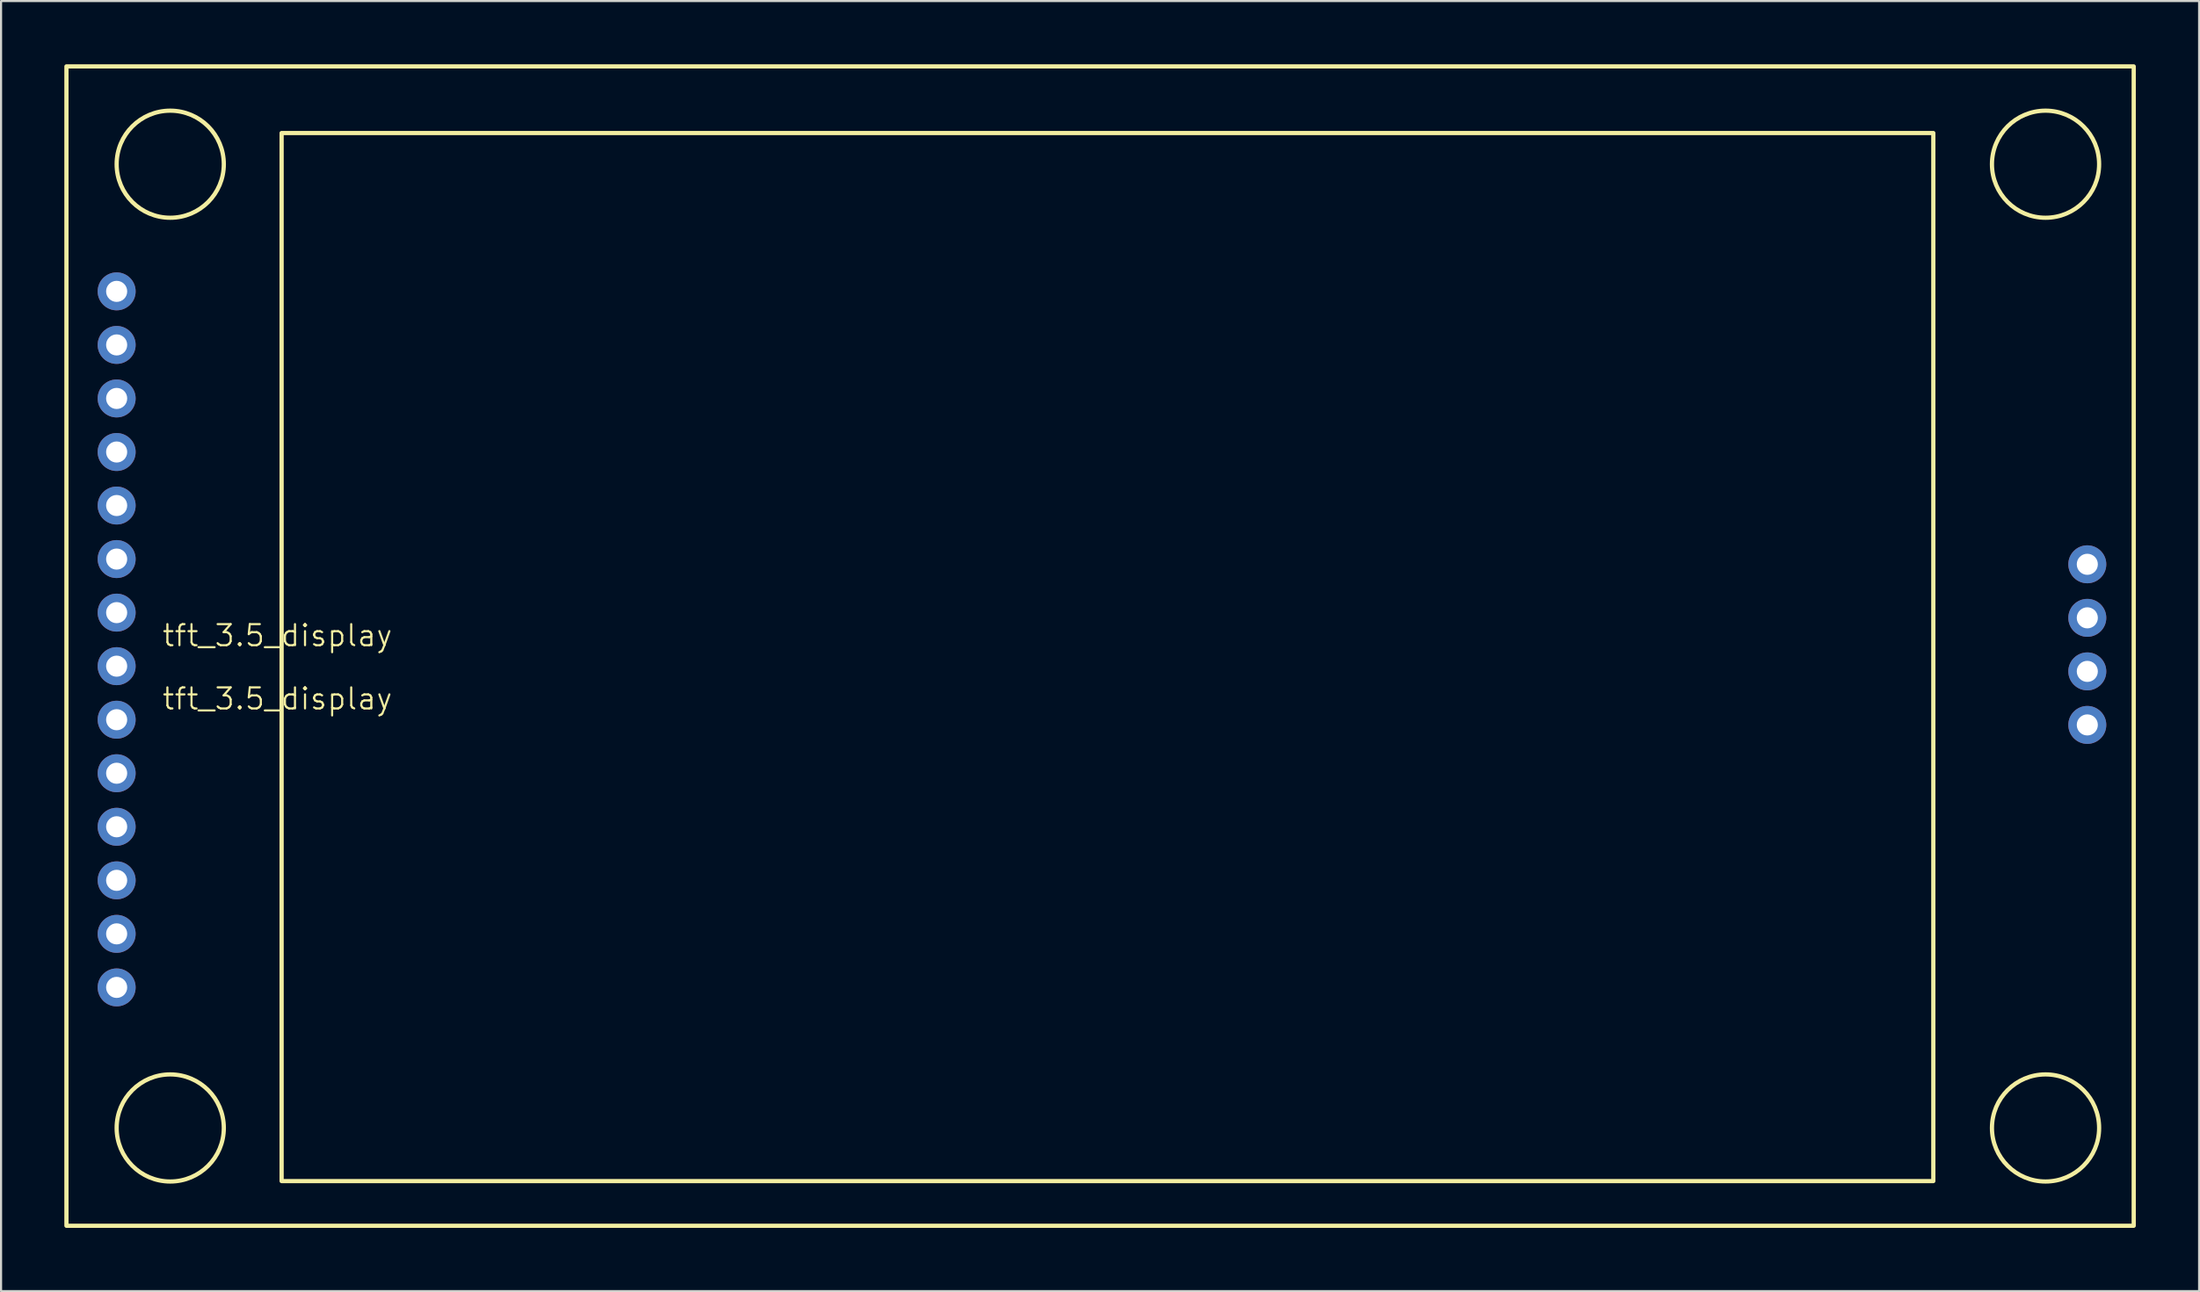
<source format=kicad_pcb>
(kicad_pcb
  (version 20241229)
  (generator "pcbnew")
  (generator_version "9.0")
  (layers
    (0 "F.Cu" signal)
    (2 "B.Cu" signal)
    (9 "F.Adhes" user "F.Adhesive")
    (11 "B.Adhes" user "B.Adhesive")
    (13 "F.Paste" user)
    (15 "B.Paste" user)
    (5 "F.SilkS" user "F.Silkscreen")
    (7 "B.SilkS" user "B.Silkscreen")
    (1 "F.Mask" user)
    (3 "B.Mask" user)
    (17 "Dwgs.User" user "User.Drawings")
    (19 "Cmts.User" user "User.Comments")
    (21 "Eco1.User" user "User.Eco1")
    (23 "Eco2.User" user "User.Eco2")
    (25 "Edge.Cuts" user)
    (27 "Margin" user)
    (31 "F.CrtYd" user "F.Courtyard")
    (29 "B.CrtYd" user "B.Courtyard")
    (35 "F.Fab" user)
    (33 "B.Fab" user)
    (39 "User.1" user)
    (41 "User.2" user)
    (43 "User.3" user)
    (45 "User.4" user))
  (footprint "tft_3.5_display"
    (layer "F.Cu")
    (at 10.1 27.6)
    (property "Reference" "tft_3.5_display" (at 0 -0.5 0) (unlocked yes) (layer "F.SilkS") (effects (font (size 1 1) (thickness 0.1))))
    (attr smd)
    (fp_rect (start -10 -27.5) (end 88 27.5) (stroke (width 0.2) (type solid)) (fill no) (layer "F.SilkS"))
    (fp_rect (start 0.2 -24.34) (end 78.5 25.38) (stroke (width 0.2) (type solid)) (fill no) (layer "F.SilkS"))
    (fp_circle (center -5.08 -22.86) (end -2.54 -22.86) (stroke (width 0.2) (type solid)) (fill no) (layer "F.SilkS"))
    (fp_circle (center -5.08 22.86) (end -2.54 22.86) (stroke (width 0.2) (type solid)) (fill no) (layer "F.SilkS"))
    (fp_circle (center 83.82 -22.86) (end 86.36 -22.86) (stroke (width 0.2) (type solid)) (fill no) (layer "F.SilkS"))
    (fp_circle (center 83.82 22.86) (end 83.82 20.32) (stroke (width 0.2) (type solid)) (fill no) (layer "F.SilkS"))
    (fp_text user "${REFERENCE}" (at 0 2.5 0) (unlocked yes) (layer "F.SilkS") (effects (font (size 1 1) (thickness 0.1))))
    (pad "1" thru_hole circle (at -7.62 -16.828) (size 1.8 1.8) (drill 1) (layers "*.Cu" "*.Mask"))
    (pad "2" thru_hole circle (at -7.62 -14.287) (size 1.8 1.8) (drill 1) (layers "*.Cu" "*.Mask"))
    (pad "3" thru_hole circle (at -7.62 -11.748) (size 1.8 1.8) (drill 1) (layers "*.Cu" "*.Mask"))
    (pad "4" thru_hole circle (at -7.62 -9.207) (size 1.8 1.8) (drill 1) (layers "*.Cu" "*.Mask"))
    (pad "5" thru_hole circle (at -7.62 -6.668) (size 1.8 1.8) (drill 1) (layers "*.Cu" "*.Mask"))
    (pad "6" thru_hole circle (at -7.62 -4.128) (size 1.8 1.8) (drill 1) (layers "*.Cu" "*.Mask"))
    (pad "7" thru_hole circle (at -7.62 -1.587) (size 1.8 1.8) (drill 1) (layers "*.Cu" "*.Mask"))
    (pad "8" thru_hole circle (at -7.62 0.953) (size 1.8 1.8) (drill 1) (layers "*.Cu" "*.Mask"))
    (pad "9" thru_hole circle (at -7.62 3.493) (size 1.8 1.8) (drill 1) (layers "*.Cu" "*.Mask"))
    (pad "10" thru_hole circle (at -7.62 6.032) (size 1.8 1.8) (drill 1) (layers "*.Cu" "*.Mask"))
    (pad "11" thru_hole circle (at -7.62 8.572) (size 1.8 1.8) (drill 1) (layers "*.Cu" "*.Mask"))
    (pad "12" thru_hole circle (at -7.62 11.113) (size 1.8 1.8) (drill 1) (layers "*.Cu" "*.Mask"))
    (pad "13" thru_hole circle (at -7.62 13.652) (size 1.8 1.8) (drill 1) (layers "*.Cu" "*.Mask"))
    (pad "14" thru_hole circle (at -7.62 16.192) (size 1.8 1.8) (drill 1) (layers "*.Cu" "*.Mask"))
    (pad "15" thru_hole circle (at 85.8 -3.88) (size 1.8 1.8) (drill 1) (layers "*.Cu" "*.Mask"))
    (pad "16" thru_hole circle (at 85.8 -1.34) (size 1.8 1.8) (drill 1) (layers "*.Cu" "*.Mask"))
    (pad "17" thru_hole circle (at 85.8 1.2) (size 1.8 1.8) (drill 1) (layers "*.Cu" "*.Mask"))
    (pad "18" thru_hole circle (at 85.8 3.74) (size 1.8 1.8) (drill 1) (layers "*.Cu" "*.Mask")))
  (gr_rect
    (start -3 -3)
    (end 101.2 58.2)
    (stroke (width 0.1) (type default))
    (fill no)
    (layer "Edge.Cuts")))
</source>
